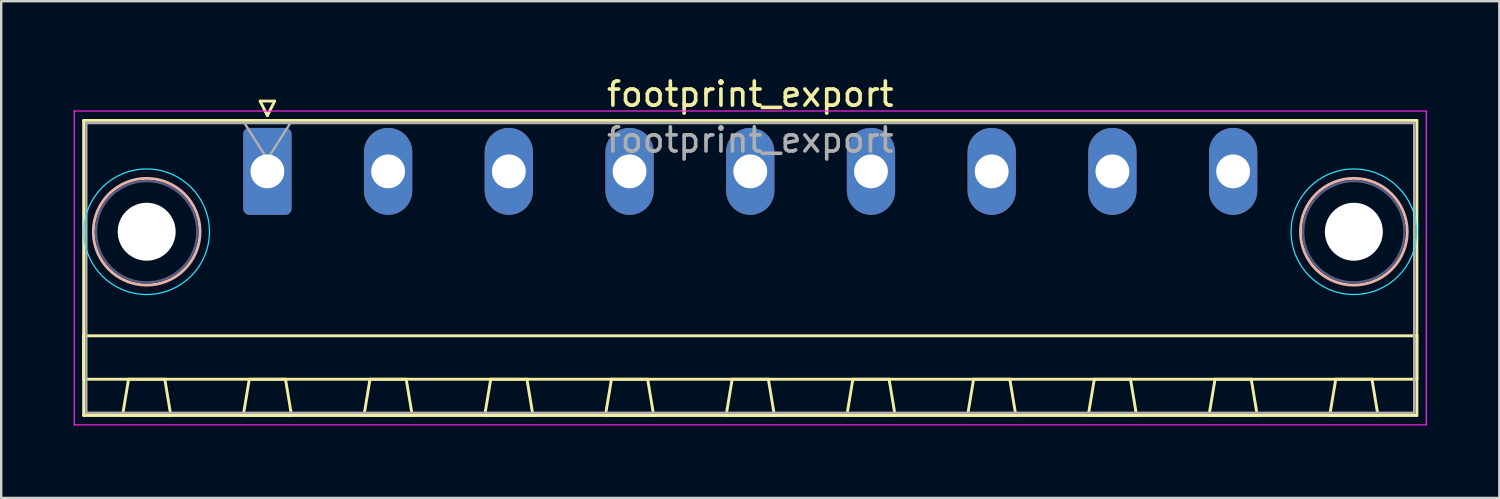
<source format=kicad_pcb>
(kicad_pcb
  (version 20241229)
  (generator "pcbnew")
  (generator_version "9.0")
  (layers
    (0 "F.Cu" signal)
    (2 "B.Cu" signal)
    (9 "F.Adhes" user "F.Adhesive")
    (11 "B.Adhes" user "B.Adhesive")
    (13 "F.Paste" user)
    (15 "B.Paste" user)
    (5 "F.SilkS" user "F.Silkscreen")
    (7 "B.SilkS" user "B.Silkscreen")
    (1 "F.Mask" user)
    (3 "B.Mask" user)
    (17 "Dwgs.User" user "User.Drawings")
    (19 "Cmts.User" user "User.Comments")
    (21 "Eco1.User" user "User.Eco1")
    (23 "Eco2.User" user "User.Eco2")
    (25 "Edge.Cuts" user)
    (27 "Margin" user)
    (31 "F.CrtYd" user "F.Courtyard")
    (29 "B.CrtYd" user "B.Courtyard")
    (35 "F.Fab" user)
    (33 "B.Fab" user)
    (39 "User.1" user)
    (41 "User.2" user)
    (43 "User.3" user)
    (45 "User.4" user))
  (footprint "footprint_export"
    (layer "F.Cu")
    (at 8.025 4.048)
    (property "Reference" "footprint_export" (at 20 -3.2 0) (layer "F.SilkS") (effects (font (size 1 1) (thickness 0.15))))
    (attr through_hole)
    (fp_line (start -7.61 -2.11) (end -7.61 10.11) (stroke (width 0.12) (type solid)) (layer "F.SilkS"))
    (fp_line (start -7.61 6.81) (end 47.61 6.81) (stroke (width 0.12) (type solid)) (layer "F.SilkS"))
    (fp_line (start -7.61 8.61) (end -7.61 6.81) (stroke (width 0.12) (type solid)) (layer "F.SilkS"))
    (fp_line (start -7.61 10.11) (end 47.61 10.11) (stroke (width 0.12) (type solid)) (layer "F.SilkS"))
    (fp_line (start -6 10.11) (end -4 10.11) (stroke (width 0.12) (type solid)) (layer "F.SilkS"))
    (fp_line (start -5.75 8.61) (end -6 10.11) (stroke (width 0.12) (type solid)) (layer "F.SilkS"))
    (fp_line (start -4.25 8.61) (end -5.75 8.61) (stroke (width 0.12) (type solid)) (layer "F.SilkS"))
    (fp_line (start -4 10.11) (end -4.25 8.61) (stroke (width 0.12) (type solid)) (layer "F.SilkS"))
    (fp_line (start -1 10.11) (end 1 10.11) (stroke (width 0.12) (type solid)) (layer "F.SilkS"))
    (fp_line (start -0.75 8.61) (end -1 10.11) (stroke (width 0.12) (type solid)) (layer "F.SilkS"))
    (fp_line (start -0.3 -2.91) (end 0.3 -2.91) (stroke (width 0.12) (type solid)) (layer "F.SilkS"))
    (fp_line (start 0 -2.31) (end -0.3 -2.91) (stroke (width 0.12) (type solid)) (layer "F.SilkS"))
    (fp_line (start 0.3 -2.91) (end 0 -2.31) (stroke (width 0.12) (type solid)) (layer "F.SilkS"))
    (fp_line (start 0.75 8.61) (end -0.75 8.61) (stroke (width 0.12) (type solid)) (layer "F.SilkS"))
    (fp_line (start 1 10.11) (end 0.75 8.61) (stroke (width 0.12) (type solid)) (layer "F.SilkS"))
    (fp_line (start 4 10.11) (end 6 10.11) (stroke (width 0.12) (type solid)) (layer "F.SilkS"))
    (fp_line (start 4.25 8.61) (end 4 10.11) (stroke (width 0.12) (type solid)) (layer "F.SilkS"))
    (fp_line (start 5.75 8.61) (end 4.25 8.61) (stroke (width 0.12) (type solid)) (layer "F.SilkS"))
    (fp_line (start 6 10.11) (end 5.75 8.61) (stroke (width 0.12) (type solid)) (layer "F.SilkS"))
    (fp_line (start 9 10.11) (end 11 10.11) (stroke (width 0.12) (type solid)) (layer "F.SilkS"))
    (fp_line (start 9.25 8.61) (end 9 10.11) (stroke (width 0.12) (type solid)) (layer "F.SilkS"))
    (fp_line (start 10.75 8.61) (end 9.25 8.61) (stroke (width 0.12) (type solid)) (layer "F.SilkS"))
    (fp_line (start 11 10.11) (end 10.75 8.61) (stroke (width 0.12) (type solid)) (layer "F.SilkS"))
    (fp_line (start 14 10.11) (end 16 10.11) (stroke (width 0.12) (type solid)) (layer "F.SilkS"))
    (fp_line (start 14.25 8.61) (end 14 10.11) (stroke (width 0.12) (type solid)) (layer "F.SilkS"))
    (fp_line (start 15.75 8.61) (end 14.25 8.61) (stroke (width 0.12) (type solid)) (layer "F.SilkS"))
    (fp_line (start 16 10.11) (end 15.75 8.61) (stroke (width 0.12) (type solid)) (layer "F.SilkS"))
    (fp_line (start 19 10.11) (end 21 10.11) (stroke (width 0.12) (type solid)) (layer "F.SilkS"))
    (fp_line (start 19.25 8.61) (end 19 10.11) (stroke (width 0.12) (type solid)) (layer "F.SilkS"))
    (fp_line (start 20.75 8.61) (end 19.25 8.61) (stroke (width 0.12) (type solid)) (layer "F.SilkS"))
    (fp_line (start 21 10.11) (end 20.75 8.61) (stroke (width 0.12) (type solid)) (layer "F.SilkS"))
    (fp_line (start 24 10.11) (end 26 10.11) (stroke (width 0.12) (type solid)) (layer "F.SilkS"))
    (fp_line (start 24.25 8.61) (end 24 10.11) (stroke (width 0.12) (type solid)) (layer "F.SilkS"))
    (fp_line (start 25.75 8.61) (end 24.25 8.61) (stroke (width 0.12) (type solid)) (layer "F.SilkS"))
    (fp_line (start 26 10.11) (end 25.75 8.61) (stroke (width 0.12) (type solid)) (layer "F.SilkS"))
    (fp_line (start 29 10.11) (end 31 10.11) (stroke (width 0.12) (type solid)) (layer "F.SilkS"))
    (fp_line (start 29.25 8.61) (end 29 10.11) (stroke (width 0.12) (type solid)) (layer "F.SilkS"))
    (fp_line (start 30.75 8.61) (end 29.25 8.61) (stroke (width 0.12) (type solid)) (layer "F.SilkS"))
    (fp_line (start 31 10.11) (end 30.75 8.61) (stroke (width 0.12) (type solid)) (layer "F.SilkS"))
    (fp_line (start 34 10.11) (end 36 10.11) (stroke (width 0.12) (type solid)) (layer "F.SilkS"))
    (fp_line (start 34.25 8.61) (end 34 10.11) (stroke (width 0.12) (type solid)) (layer "F.SilkS"))
    (fp_line (start 35.75 8.61) (end 34.25 8.61) (stroke (width 0.12) (type solid)) (layer "F.SilkS"))
    (fp_line (start 36 10.11) (end 35.75 8.61) (stroke (width 0.12) (type solid)) (layer "F.SilkS"))
    (fp_line (start 39 10.11) (end 41 10.11) (stroke (width 0.12) (type solid)) (layer "F.SilkS"))
    (fp_line (start 39.25 8.61) (end 39 10.11) (stroke (width 0.12) (type solid)) (layer "F.SilkS"))
    (fp_line (start 40.75 8.61) (end 39.25 8.61) (stroke (width 0.12) (type solid)) (layer "F.SilkS"))
    (fp_line (start 41 10.11) (end 40.75 8.61) (stroke (width 0.12) (type solid)) (layer "F.SilkS"))
    (fp_line (start 44 10.11) (end 46 10.11) (stroke (width 0.12) (type solid)) (layer "F.SilkS"))
    (fp_line (start 44.25 8.61) (end 44 10.11) (stroke (width 0.12) (type solid)) (layer "F.SilkS"))
    (fp_line (start 45.75 8.61) (end 44.25 8.61) (stroke (width 0.12) (type solid)) (layer "F.SilkS"))
    (fp_line (start 46 10.11) (end 45.75 8.61) (stroke (width 0.12) (type solid)) (layer "F.SilkS"))
    (fp_line (start 47.61 -2.11) (end -7.61 -2.11) (stroke (width 0.12) (type solid)) (layer "F.SilkS"))
    (fp_line (start 47.61 6.81) (end 47.61 8.61) (stroke (width 0.12) (type solid)) (layer "F.SilkS"))
    (fp_line (start 47.61 8.61) (end -7.61 8.61) (stroke (width 0.12) (type solid)) (layer "F.SilkS"))
    (fp_line (start 47.61 10.11) (end 47.61 -2.11) (stroke (width 0.12) (type solid)) (layer "F.SilkS"))
    (fp_circle (center -5 2.5) (end -2.79 2.5) (stroke (width 0.12) (type solid)) (fill no) (layer "B.SilkS"))
    (fp_circle (center 45 2.5) (end 47.21 2.5) (stroke (width 0.12) (type solid)) (fill no) (layer "B.SilkS"))
    (fp_circle (center -5 2.5) (end -2.4 2.5) (stroke (width 0.05) (type solid)) (fill no) (layer "B.CrtYd"))
    (fp_circle (center 45 2.5) (end 47.6 2.5) (stroke (width 0.05) (type solid)) (fill no) (layer "B.CrtYd"))
    (fp_line (start -8 -2.5) (end -8 10.5) (stroke (width 0.05) (type solid)) (layer "F.CrtYd"))
    (fp_line (start -8 10.5) (end 48 10.5) (stroke (width 0.05) (type solid)) (layer "F.CrtYd"))
    (fp_line (start 48 -2.5) (end -8 -2.5) (stroke (width 0.05) (type solid)) (layer "F.CrtYd"))
    (fp_line (start 48 10.5) (end 48 -2.5) (stroke (width 0.05) (type solid)) (layer "F.CrtYd"))
    (fp_circle (center -5 2.5) (end -2.9 2.5) (stroke (width 0.1) (type solid)) (fill no) (layer "B.Fab"))
    (fp_circle (center 45 2.5) (end 47.1 2.5) (stroke (width 0.1) (type solid)) (fill no) (layer "B.Fab"))
    (fp_line (start -7.5 -2) (end -7.5 10) (stroke (width 0.1) (type solid)) (layer "F.Fab"))
    (fp_line (start -7.5 10) (end 47.5 10) (stroke (width 0.1) (type solid)) (layer "F.Fab"))
    (fp_line (start 0 -0.5) (end -0.95 -2) (stroke (width 0.1) (type solid)) (layer "F.Fab"))
    (fp_line (start 0.95 -2) (end 0 -0.5) (stroke (width 0.1) (type solid)) (layer "F.Fab"))
    (fp_line (start 47.5 -2) (end -7.5 -2) (stroke (width 0.1) (type solid)) (layer "F.Fab"))
    (fp_line (start 47.5 10) (end 47.5 -2) (stroke (width 0.1) (type solid)) (layer "F.Fab"))
    (fp_text user "${REFERENCE}" (at 20 -1.3 0) (layer "F.Fab") (effects (font (size 1 1) (thickness 0.15))))
    (pad "" np_thru_hole circle (at -5 2.5) (size 2.4 2.4) (drill 2.4) (layers "*.Cu" "*.Mask"))
    (pad "" np_thru_hole circle (at 45 2.5) (size 2.4 2.4) (drill 2.4) (layers "*.Cu" "*.Mask"))
    (pad "1" thru_hole roundrect (at 0 0) (size 2 3.6) (drill 1.4) (layers "*.Cu" "*.Mask") (roundrect_rratio 0.125))
    (pad "2" thru_hole oval (at 5 0) (size 2 3.6) (drill 1.4) (layers "*.Cu" "*.Mask"))
    (pad "3" thru_hole oval (at 10 0) (size 2 3.6) (drill 1.4) (layers "*.Cu" "*.Mask"))
    (pad "4" thru_hole oval (at 15 0) (size 2 3.6) (drill 1.4) (layers "*.Cu" "*.Mask"))
    (pad "5" thru_hole oval (at 20 0) (size 2 3.6) (drill 1.4) (layers "*.Cu" "*.Mask"))
    (pad "6" thru_hole oval (at 25 0) (size 2 3.6) (drill 1.4) (layers "*.Cu" "*.Mask"))
    (pad "7" thru_hole oval (at 30 0) (size 2 3.6) (drill 1.4) (layers "*.Cu" "*.Mask"))
    (pad "8" thru_hole oval (at 35 0) (size 2 3.6) (drill 1.4) (layers "*.Cu" "*.Mask"))
    (pad "9" thru_hole oval (at 40 0) (size 2 3.6) (drill 1.4) (layers "*.Cu" "*.Mask")))
  (gr_rect
    (start -3 -3)
    (end 59.05 17.573)
    (stroke (width 0.1) (type default))
    (fill no)
    (layer "Edge.Cuts")))
</source>
